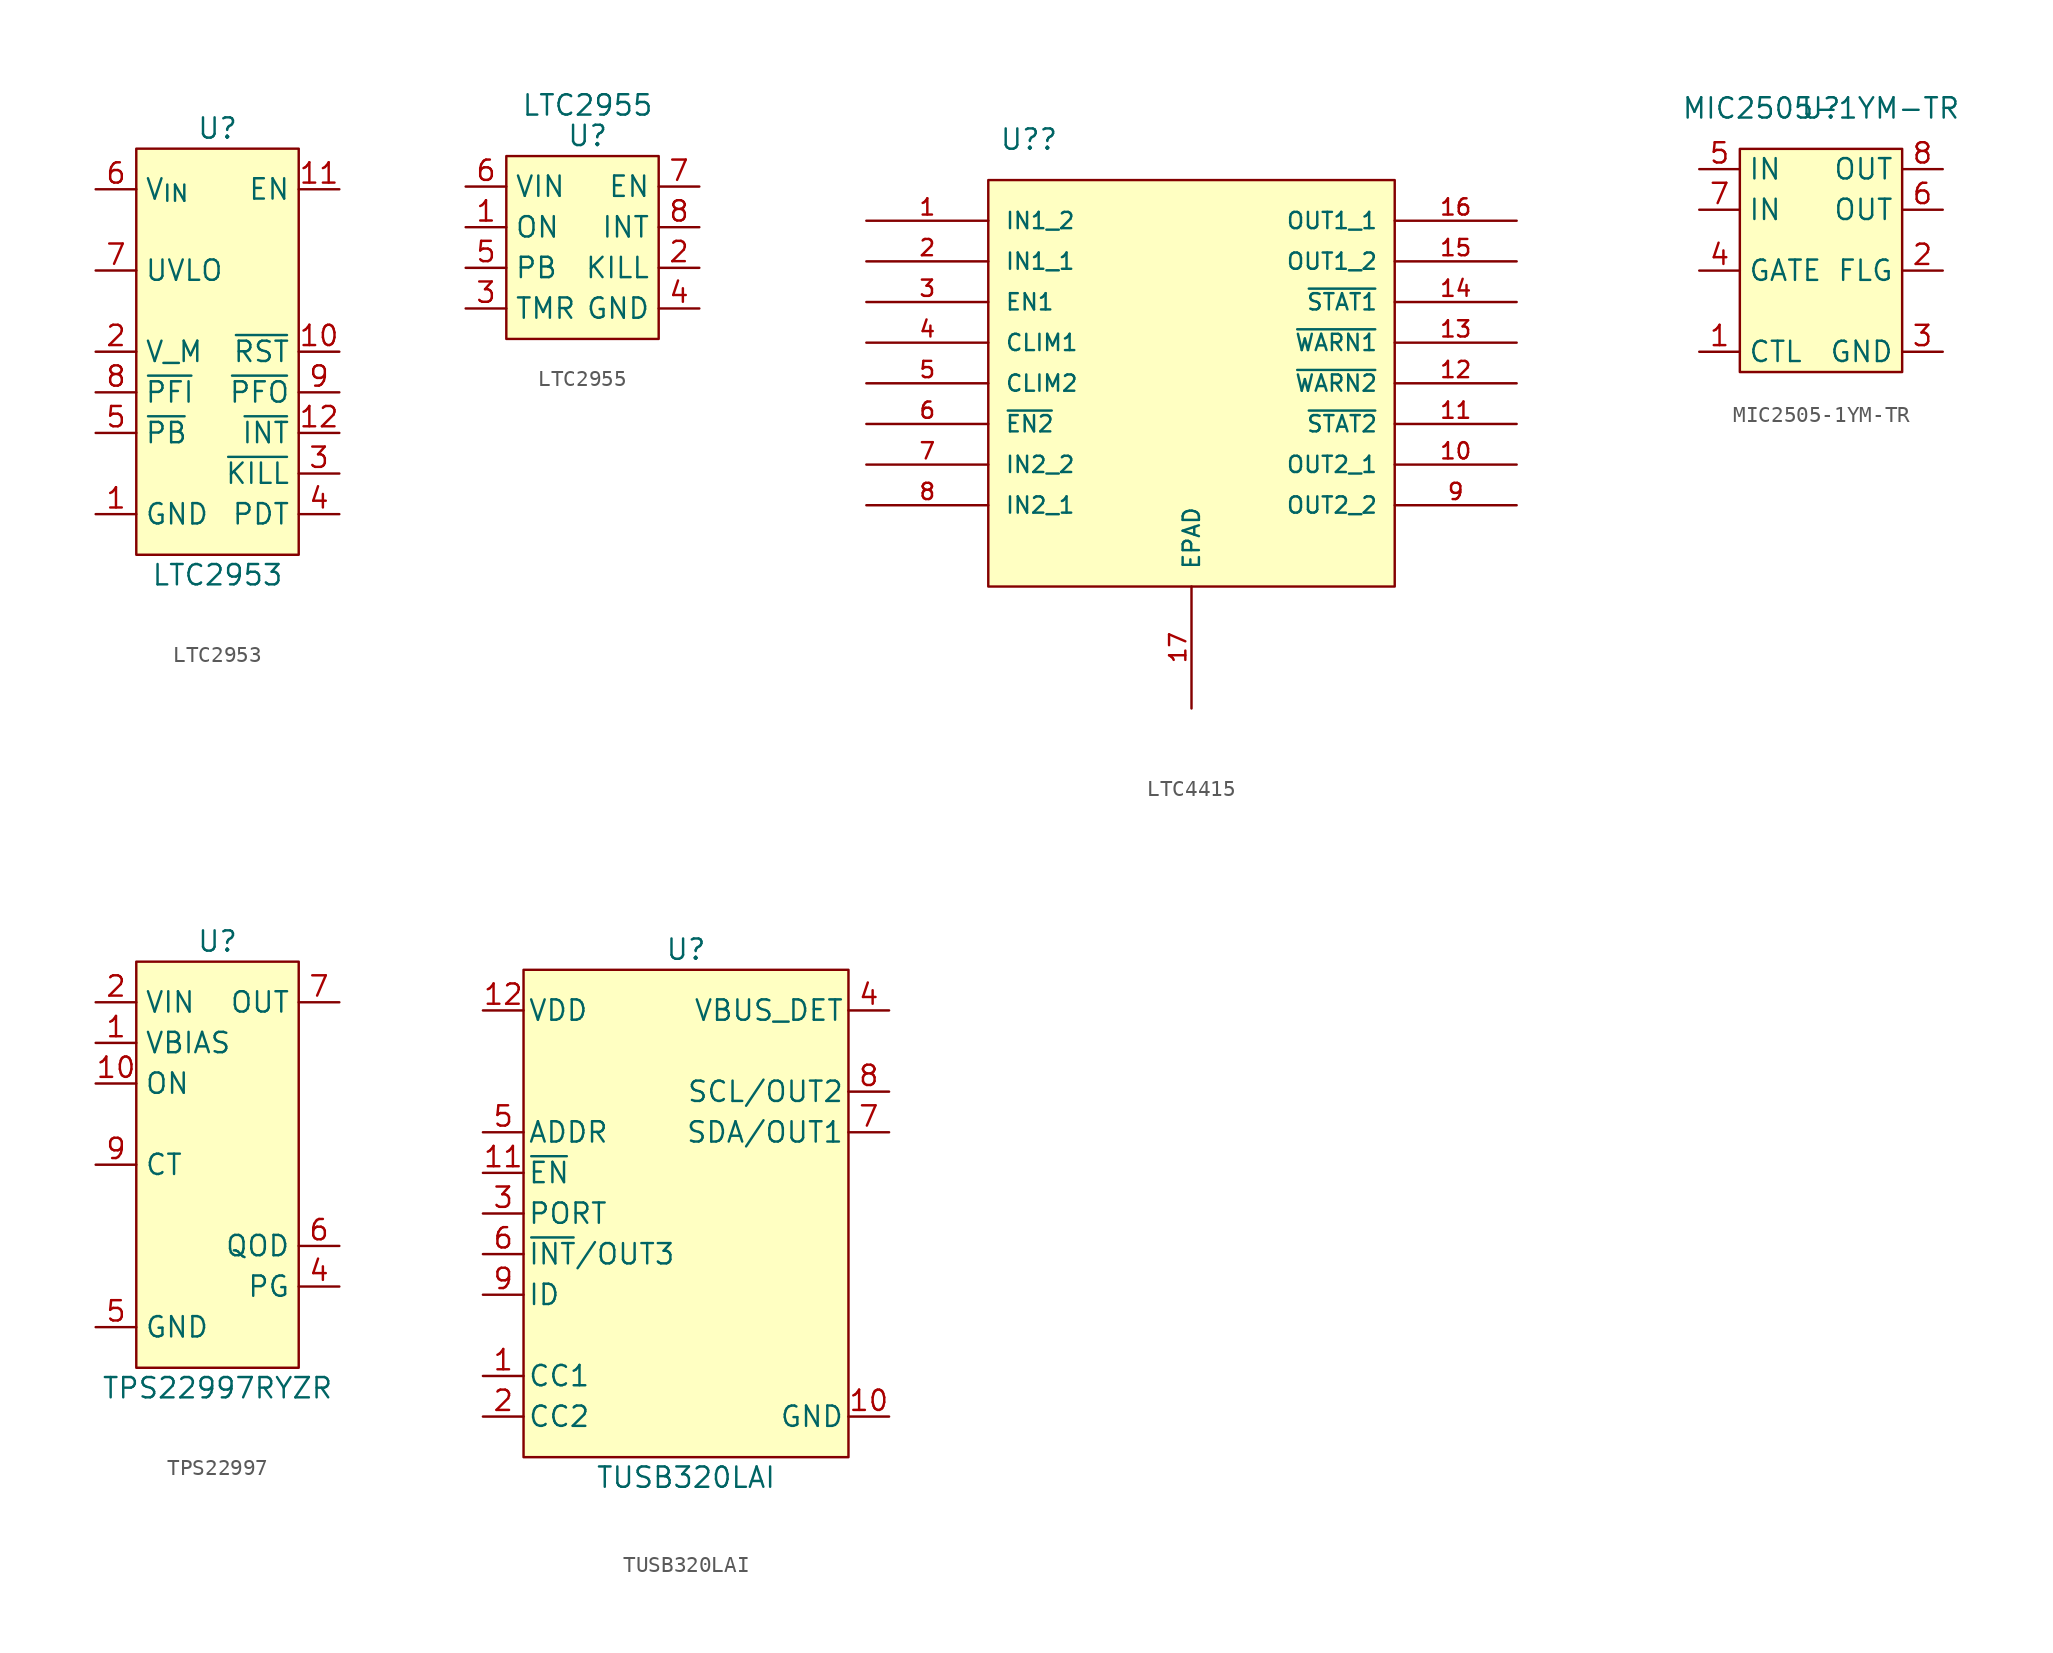
<source format=kicad_sym>
(kicad_symbol_lib
  (version 20241209)
  (generator "kicad_symbol_editor")
  (generator_version "9.0")
  (symbol "LTC2953"
    (property "Reference" "U"
      (at 0 13.97 0)
      (effects (font (size 1.27 1.27))))
    (property "Value" "LTC2953"
      (at 0 -13.97 0)
      (effects (font (size 1.27 1.27))))
    (symbol "LTC2953_1_1"
      (rectangle (start -5.08 12.7) (end 5.08 -12.7) (stroke (width 0) (type default)) (fill (type background)))
      (pin power_in line (at -7.62 10.16 0) (length 2.54) (name "V_{IN}" (effects (font (size 1.27 1.27)))) (number "6" (effects (font (size 1.27 1.27)))))
      (pin power_in line (at -7.62 5.08 0) (length 2.54) (name "UVLO" (effects (font (size 1.27 1.27)))) (number "7" (effects (font (size 1.27 1.27)))))
      (pin input line (at -7.62 0 0) (length 2.54) (name "V_M" (effects (font (size 1.27 1.27)))) (number "2" (effects (font (size 1.27 1.27)))))
      (pin input line (at -7.62 -2.54 0) (length 2.54) (name "~{PFI}" (effects (font (size 1.27 1.27)))) (number "8" (effects (font (size 1.27 1.27)))))
      (pin input line (at -7.62 -5.08 0) (length 2.54) (name "~{PB}" (effects (font (size 1.27 1.27)))) (number "5" (effects (font (size 1.27 1.27)))))
      (pin power_in line (at -7.62 -10.16 0) (length 2.54) (name "GND" (effects (font (size 1.27 1.27)))) (number "1" (effects (font (size 1.27 1.27)))))
      (pin open_collector line (at 7.62 10.16 180) (length 2.54) (name "EN" (effects (font (size 1.27 1.27)))) (number "11" (effects (font (size 1.27 1.27)))))
      (pin open_collector line (at 7.62 0 180) (length 2.54) (name "~{RST}" (effects (font (size 1.27 1.27)))) (number "10" (effects (font (size 1.27 1.27)))))
      (pin open_collector line (at 7.62 -2.54 180) (length 2.54) (name "~{PFO}" (effects (font (size 1.27 1.27)))) (number "9" (effects (font (size 1.27 1.27)))))
      (pin open_collector line (at 7.62 -5.08 180) (length 2.54) (name "~{INT}" (effects (font (size 1.27 1.27)))) (number "12" (effects (font (size 1.27 1.27)))))
      (pin input line (at 7.62 -7.62 180) (length 2.54) (name "~{KILL}" (effects (font (size 1.27 1.27)))) (number "3" (effects (font (size 1.27 1.27)))))
      (pin input line (at 7.62 -10.16 180) (length 2.54) (name "PDT" (effects (font (size 1.27 1.27)))) (number "4" (effects (font (size 1.27 1.27)))))))
  (symbol "LTC2955"
    (property "Reference" "U"
      (at 0 6.985 0)
      (effects (font (size 1.27 1.27))))
    (property "Value" "LTC2955"
      (at 0 8.89 0)
      (effects (font (size 1.27 1.27))))
    (symbol "LTC2955_1_1"
      (rectangle (start -5.08 5.715) (end 4.445 -5.715) (stroke (width 0) (type default)) (fill (type background)))
      (pin input line (at -7.62 3.81 0) (length 2.54) (name "VIN" (effects (font (size 1.27 1.27)))) (number "6" (effects (font (size 1.27 1.27)))))
      (pin input line (at -7.62 1.27 0) (length 2.54) (name "ON" (effects (font (size 1.27 1.27)))) (number "1" (effects (font (size 1.27 1.27)))))
      (pin input line (at -7.62 -1.27 0) (length 2.54) (name "PB" (effects (font (size 1.27 1.27)))) (number "5" (effects (font (size 1.27 1.27)))))
      (pin input line (at -7.62 -3.81 0) (length 2.54) (name "TMR" (effects (font (size 1.27 1.27)))) (number "3" (effects (font (size 1.27 1.27)))))
      (pin input line (at 6.985 3.81 180) (length 2.54) (name "EN" (effects (font (size 1.27 1.27)))) (number "7" (effects (font (size 1.27 1.27)))))
      (pin input line (at 6.985 1.27 180) (length 2.54) (name "INT" (effects (font (size 1.27 1.27)))) (number "8" (effects (font (size 1.27 1.27)))))
      (pin input line (at 6.985 -1.27 180) (length 2.54) (name "KILL" (effects (font (size 1.27 1.27)))) (number "2" (effects (font (size 1.27 1.27)))))
      (pin input line (at 6.985 -3.81 180) (length 2.54) (name "GND" (effects (font (size 1.27 1.27)))) (number "4" (effects (font (size 1.27 1.27)))))))
  (symbol "LTC4415"
    (pin_names
      (offset 1.016))
    (property "Reference" "U?"
      (at -10.16 15.24 0)
      (effects (font (size 1.27 1.27))))
    (symbol "LTC4415_0_0"
      (rectangle (start -12.7 12.7) (end 12.7 -12.7) (stroke (width 0.152) (type default)) (fill (type background)))
      (pin input line (at -20.32 10.16 0) (length 7.62) (name "IN1_2" (effects (font (size 1.016 1.016)))) (number "1" (effects (font (size 1.016 1.016)))))
      (pin input line (at -20.32 5.08 0) (length 7.62) (name "EN1" (effects (font (size 1.016 1.016)))) (number "3" (effects (font (size 1.016 1.016)))))
      (pin passive line (at -20.32 2.54 0) (length 7.62) (name "CLIM1" (effects (font (size 1.016 1.016)))) (number "4" (effects (font (size 1.016 1.016)))))
      (pin passive line (at -20.32 0 0) (length 7.62) (name "CLIM2" (effects (font (size 1.016 1.016)))) (number "5" (effects (font (size 1.016 1.016)))))
      (pin input line (at -20.32 -5.08 0) (length 7.62) (name "IN2_2" (effects (font (size 1.016 1.016)))) (number "7" (effects (font (size 1.016 1.016)))))
      (pin passive line (at 0 -20.32 90) (length 7.62) (name "EPAD" (effects (font (size 1.016 1.016)))) (number "17" (effects (font (size 1.016 1.016)))))
      (pin output line (at 20.32 7.62 180) (length 7.62) (name "OUT1_2" (effects (font (size 1.016 1.016)))) (number "15" (effects (font (size 1.016 1.016)))))
      (pin output line (at 20.32 -7.62 180) (length 7.62) (name "OUT2_2" (effects (font (size 1.016 1.016)))) (number "9" (effects (font (size 1.016 1.016))))))
    (symbol "LTC4415_1_0"
      (pin input line (at -20.32 7.62 0) (length 7.62) (name "IN1_1" (effects (font (size 1.016 1.016)))) (number "2" (effects (font (size 1.016 1.016)))))
      (pin input line (at -20.32 -2.54 0) (length 7.62) (name "~{EN2}" (effects (font (size 1.016 1.016)))) (number "6" (effects (font (size 1.016 1.016)))))
      (pin input line (at -20.32 -7.62 0) (length 7.62) (name "IN2_1" (effects (font (size 1.016 1.016)))) (number "8" (effects (font (size 1.016 1.016)))))
      (pin output line (at 20.32 10.16 180) (length 7.62) (name "OUT1_1" (effects (font (size 1.016 1.016)))) (number "16" (effects (font (size 1.016 1.016)))))
      (pin output line (at 20.32 5.08 180) (length 7.62) (name "~{STAT1}" (effects (font (size 1.016 1.016)))) (number "14" (effects (font (size 1.016 1.016)))))
      (pin output line (at 20.32 2.54 180) (length 7.62) (name "~{WARN1}" (effects (font (size 1.016 1.016)))) (number "13" (effects (font (size 1.016 1.016)))))
      (pin output line (at 20.32 0 180) (length 7.62) (name "~{WARN2}" (effects (font (size 1.016 1.016)))) (number "12" (effects (font (size 1.016 1.016)))))
      (pin output line (at 20.32 -2.54 180) (length 7.62) (name "~{STAT2}" (effects (font (size 1.016 1.016)))) (number "11" (effects (font (size 1.016 1.016)))))
      (pin output line (at 20.32 -5.08 180) (length 7.62) (name "OUT2_1" (effects (font (size 1.016 1.016)))) (number "10" (effects (font (size 1.016 1.016)))))))
  (symbol "MIC2505-1YM-TR"
    (property "Reference" "U"
      (at 0 10.16 0)
      (effects (font (size 1.27 1.27))))
    (property "Value" "MIC2505-1YM-TR"
      (at 0 10.16 0)
      (effects (font (size 1.27 1.27))))
    (symbol "MIC2505-1YM-TR_1_1"
      (rectangle (start -5.08 7.62) (end 5.08 -6.35) (stroke (width 0) (type default)) (fill (type background)))
      (pin input line (at -7.62 6.35 0) (length 2.54) (name "IN" (effects (font (size 1.27 1.27)))) (number "5" (effects (font (size 1.27 1.27)))))
      (pin input line (at -7.62 3.81 0) (length 2.54) (name "IN" (effects (font (size 1.27 1.27)))) (number "7" (effects (font (size 1.27 1.27)))))
      (pin input line (at -7.62 0 0) (length 2.54) (name "GATE" (effects (font (size 1.27 1.27)))) (number "4" (effects (font (size 1.27 1.27)))))
      (pin input line (at -7.62 -5.08 0) (length 2.54) (name "CTL" (effects (font (size 1.27 1.27)))) (number "1" (effects (font (size 1.27 1.27)))))
      (pin input line (at 7.62 6.35 180) (length 2.54) (name "OUT" (effects (font (size 1.27 1.27)))) (number "8" (effects (font (size 1.27 1.27)))))
      (pin input line (at 7.62 3.81 180) (length 2.54) (name "OUT" (effects (font (size 1.27 1.27)))) (number "6" (effects (font (size 1.27 1.27)))))
      (pin input line (at 7.62 0 180) (length 2.54) (name "FLG" (effects (font (size 1.27 1.27)))) (number "2" (effects (font (size 1.27 1.27)))))
      (pin input line (at 7.62 -5.08 180) (length 2.54) (name "GND" (effects (font (size 1.27 1.27)))) (number "3" (effects (font (size 1.27 1.27)))))))
  (symbol "TPS22997"
    (property "Reference" "U"
      (at 0 13.97 0)
      (effects (font (size 1.27 1.27))))
    (property "Value" "TPS22997RYZR"
      (at 0 -13.97 0)
      (effects (font (size 1.27 1.27))))
    (symbol "TPS22997_1_1"
      (rectangle (start -5.08 12.7) (end 5.08 -12.7) (stroke (width 0) (type default)) (fill (type background)))
      (pin power_in line (at -7.62 10.16 0) (length 2.54) (name "VIN" (effects (font (size 1.27 1.27)))) (number "2" (effects (font (size 1.27 1.27)))))
      (pin power_in line (at -7.62 10.16 0) (length 2.54) (hide yes) (name "VIN" (effects (font (size 1.27 1.27)))) (number "3" (effects (font (size 1.27 1.27)))))
      (pin input line (at -7.62 7.62 0) (length 2.54) (name "VBIAS" (effects (font (size 1.27 1.27)))) (number "1" (effects (font (size 1.27 1.27)))))
      (pin input line (at -7.62 5.08 0) (length 2.54) (name "ON" (effects (font (size 1.27 1.27)))) (number "10" (effects (font (size 1.27 1.27)))))
      (pin input line (at -7.62 0 0) (length 2.54) (name "CT" (effects (font (size 1.27 1.27)))) (number "9" (effects (font (size 1.27 1.27)))))
      (pin power_in line (at -7.62 -10.16 0) (length 2.54) (name "GND" (effects (font (size 1.27 1.27)))) (number "5" (effects (font (size 1.27 1.27)))))
      (pin power_out line (at 7.62 10.16 180) (length 2.54) (name "OUT" (effects (font (size 1.27 1.27)))) (number "7" (effects (font (size 1.27 1.27)))))
      (pin power_out line (at 7.62 10.16 180) (length 2.54) (hide yes) (name "OUT" (effects (font (size 1.27 1.27)))) (number "8" (effects (font (size 1.27 1.27)))))
      (pin unspecified line (at 7.62 -5.08 180) (length 2.54) (name "QOD" (effects (font (size 1.27 1.27)))) (number "6" (effects (font (size 1.27 1.27)))))
      (pin open_collector line (at 7.62 -7.62 180) (length 2.54) (name "PG" (effects (font (size 1.27 1.27)))) (number "4" (effects (font (size 1.27 1.27)))))))
  (symbol "TUSB320LAI"
    (pin_names
      (offset 0.254))
    (property "Reference" "U"
      (at 0 16.51 0)
      (effects (font (size 1.27 1.27))))
    (property "Value" "TUSB320LAI"
      (at 0 -16.51 0)
      (effects (font (size 1.27 1.27))))
    (symbol "TUSB320LAI_1_1"
      (rectangle (start -10.16 15.24) (end 10.16 -15.24) (stroke (width 0) (type default)) (fill (type background)))
      (pin power_in line (at -12.7 12.7 0) (length 2.54) (name "VDD" (effects (font (size 1.27 1.27)))) (number "12" (effects (font (size 1.27 1.27)))))
      (pin input line (at -12.7 5.08 0) (length 2.54) (name "ADDR" (effects (font (size 1.27 1.27)))) (number "5" (effects (font (size 1.27 1.27)))))
      (pin input line (at -12.7 2.54 0) (length 2.54) (name "~{EN}" (effects (font (size 1.27 1.27)))) (number "11" (effects (font (size 1.27 1.27)))))
      (pin input line (at -12.7 0 0) (length 2.54) (name "PORT" (effects (font (size 1.27 1.27)))) (number "3" (effects (font (size 1.27 1.27)))))
      (pin open_collector line (at -12.7 -2.54 0) (length 2.54) (name "~{INT}/OUT3" (effects (font (size 1.27 1.27)))) (number "6" (effects (font (size 1.27 1.27)))))
      (pin open_collector line (at -12.7 -5.08 0) (length 2.54) (name "ID" (effects (font (size 1.27 1.27)))) (number "9" (effects (font (size 1.27 1.27)))))
      (pin bidirectional line (at -12.7 -10.16 0) (length 2.54) (name "CC1" (effects (font (size 1.27 1.27)))) (number "1" (effects (font (size 1.27 1.27)))))
      (pin bidirectional line (at -12.7 -12.7 0) (length 2.54) (name "CC2" (effects (font (size 1.27 1.27)))) (number "2" (effects (font (size 1.27 1.27)))))
      (pin input line (at 12.7 12.7 180) (length 2.54) (name "VBUS_DET" (effects (font (size 1.27 1.27)))) (number "4" (effects (font (size 1.27 1.27)))))
      (pin bidirectional line (at 12.7 7.62 180) (length 2.54) (name "SCL/OUT2" (effects (font (size 1.27 1.27)))) (number "8" (effects (font (size 1.27 1.27)))))
      (pin bidirectional line (at 12.7 5.08 180) (length 2.54) (name "SDA/OUT1" (effects (font (size 1.27 1.27)))) (number "7" (effects (font (size 1.27 1.27)))))
      (pin power_in line (at 12.7 -12.7 180) (length 2.54) (name "GND" (effects (font (size 1.27 1.27)))) (number "10" (effects (font (size 1.27 1.27))))))))
</source>
